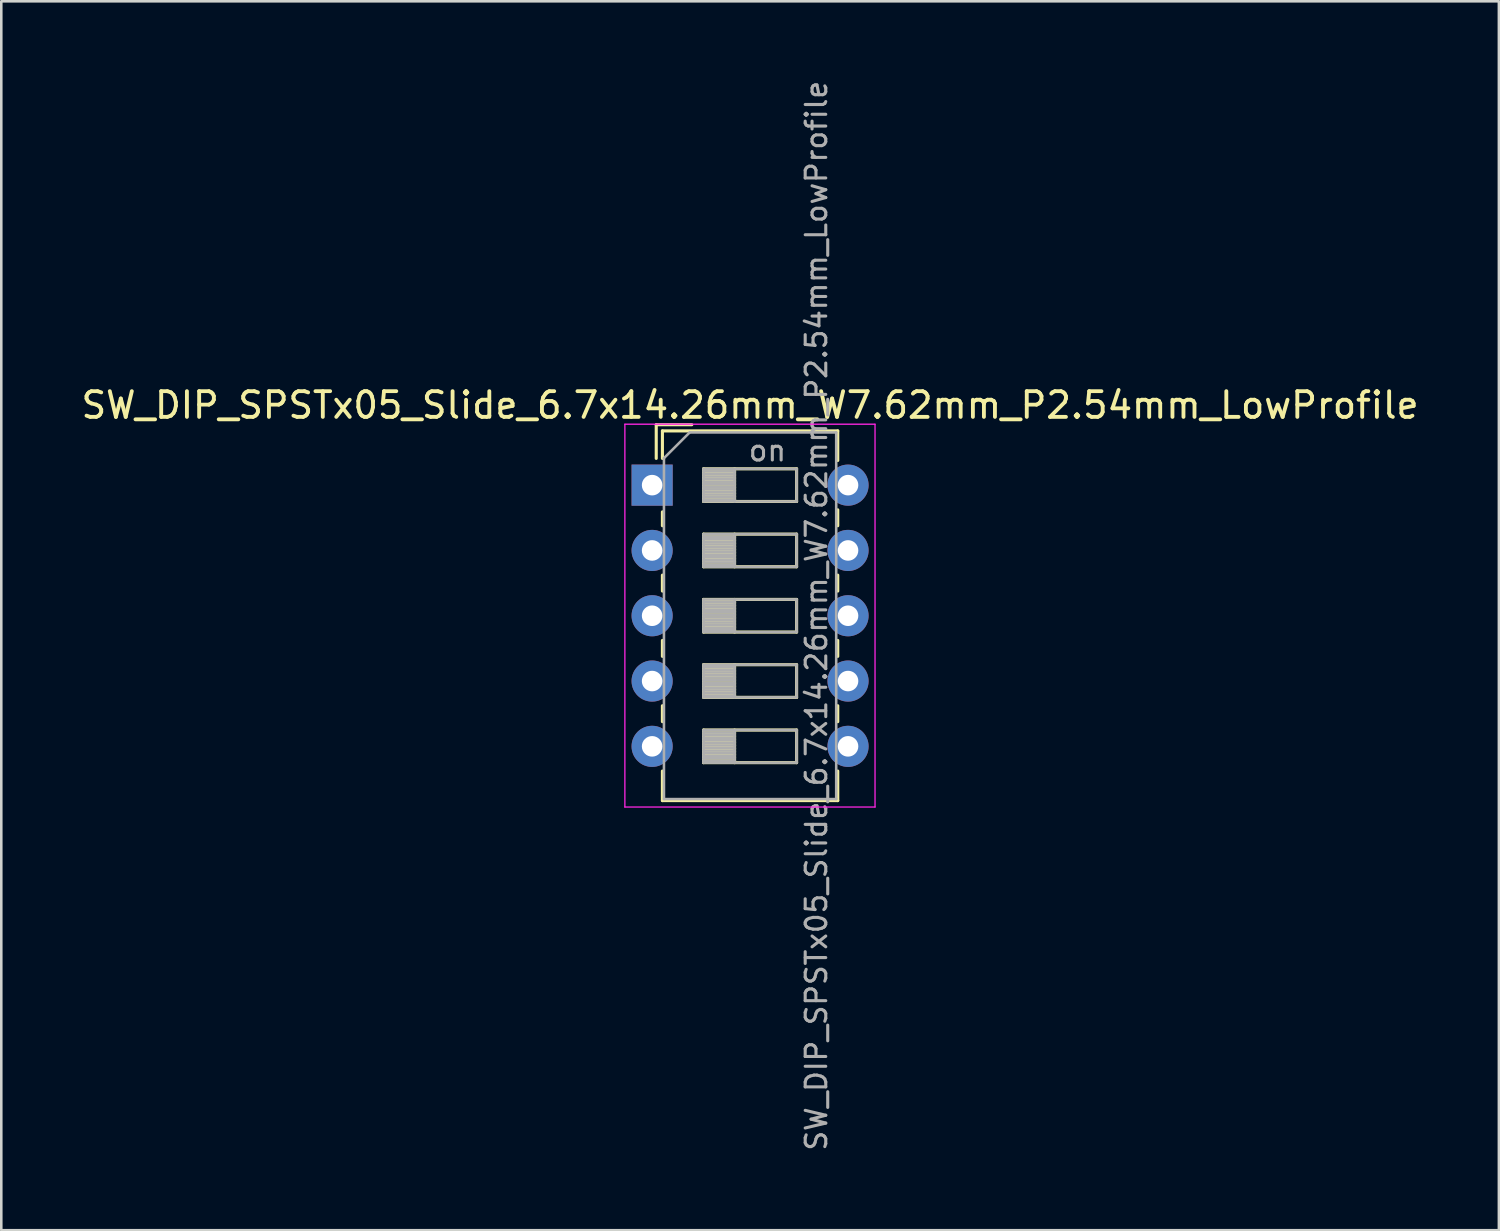
<source format=kicad_pcb>
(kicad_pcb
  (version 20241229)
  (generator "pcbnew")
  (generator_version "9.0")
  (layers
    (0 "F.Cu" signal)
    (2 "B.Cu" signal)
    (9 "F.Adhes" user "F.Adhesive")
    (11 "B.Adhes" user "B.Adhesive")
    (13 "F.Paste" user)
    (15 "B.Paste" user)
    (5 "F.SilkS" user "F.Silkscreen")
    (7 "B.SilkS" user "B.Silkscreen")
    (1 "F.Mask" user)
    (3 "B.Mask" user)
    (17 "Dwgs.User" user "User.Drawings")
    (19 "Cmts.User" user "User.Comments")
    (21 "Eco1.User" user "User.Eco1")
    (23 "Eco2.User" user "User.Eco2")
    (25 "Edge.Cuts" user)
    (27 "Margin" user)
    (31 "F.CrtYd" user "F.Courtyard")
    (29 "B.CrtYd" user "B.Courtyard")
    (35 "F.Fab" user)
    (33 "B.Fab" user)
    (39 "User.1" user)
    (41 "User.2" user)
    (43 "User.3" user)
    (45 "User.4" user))
  (footprint "SW_DIP_SPSTx05_Slide_6.7x14.26mm_W7.62mm_P2.54mm_LowProfile"
    (layer "F.Cu")
    (at 22.315 15.82)
    (property "Reference" "SW_DIP_SPSTx05_Slide_6.7x14.26mm_W7.62mm_P2.54mm_LowProfile" (at 3.81 -3.11 0) (layer "F.SilkS") (effects (font (size 1 1) (thickness 0.15))))
    (attr through_hole)
    (fp_line (start 0.16 -2.35) (end 0.16 -1.04) (stroke (width 0.12) (type solid)) (layer "F.SilkS"))
    (fp_line (start 0.16 -2.35) (end 1.543 -2.35) (stroke (width 0.12) (type solid)) (layer "F.SilkS"))
    (fp_line (start 0.4 -2.11) (end 0.4 -1.04) (stroke (width 0.12) (type solid)) (layer "F.SilkS"))
    (fp_line (start 0.4 -2.11) (end 7.22 -2.11) (stroke (width 0.12) (type solid)) (layer "F.SilkS"))
    (fp_line (start 0.4 1.04) (end 0.4 1.58) (stroke (width 0.12) (type solid)) (layer "F.SilkS"))
    (fp_line (start 0.4 3.5) (end 0.4 4.12) (stroke (width 0.12) (type solid)) (layer "F.SilkS"))
    (fp_line (start 0.4 6.04) (end 0.4 6.66) (stroke (width 0.12) (type solid)) (layer "F.SilkS"))
    (fp_line (start 0.4 8.58) (end 0.4 9.2) (stroke (width 0.12) (type solid)) (layer "F.SilkS"))
    (fp_line (start 0.4 11.12) (end 0.4 12.27) (stroke (width 0.12) (type solid)) (layer "F.SilkS"))
    (fp_line (start 0.4 12.27) (end 7.22 12.27) (stroke (width 0.12) (type solid)) (layer "F.SilkS"))
    (fp_line (start 2 -0.635) (end 2 0.635) (stroke (width 0.12) (type solid)) (layer "F.SilkS"))
    (fp_line (start 2 -0.515) (end 3.207 -0.515) (stroke (width 0.12) (type solid)) (layer "F.SilkS"))
    (fp_line (start 2 -0.395) (end 3.207 -0.395) (stroke (width 0.12) (type solid)) (layer "F.SilkS"))
    (fp_line (start 2 -0.275) (end 3.207 -0.275) (stroke (width 0.12) (type solid)) (layer "F.SilkS"))
    (fp_line (start 2 -0.155) (end 3.207 -0.155) (stroke (width 0.12) (type solid)) (layer "F.SilkS"))
    (fp_line (start 2 -0.035) (end 3.207 -0.035) (stroke (width 0.12) (type solid)) (layer "F.SilkS"))
    (fp_line (start 2 0.085) (end 3.207 0.085) (stroke (width 0.12) (type solid)) (layer "F.SilkS"))
    (fp_line (start 2 0.205) (end 3.207 0.205) (stroke (width 0.12) (type solid)) (layer "F.SilkS"))
    (fp_line (start 2 0.325) (end 3.207 0.325) (stroke (width 0.12) (type solid)) (layer "F.SilkS"))
    (fp_line (start 2 0.445) (end 3.207 0.445) (stroke (width 0.12) (type solid)) (layer "F.SilkS"))
    (fp_line (start 2 0.565) (end 3.207 0.565) (stroke (width 0.12) (type solid)) (layer "F.SilkS"))
    (fp_line (start 2 0.635) (end 5.62 0.635) (stroke (width 0.12) (type solid)) (layer "F.SilkS"))
    (fp_line (start 2 1.905) (end 2 3.175) (stroke (width 0.12) (type solid)) (layer "F.SilkS"))
    (fp_line (start 2 2.025) (end 3.207 2.025) (stroke (width 0.12) (type solid)) (layer "F.SilkS"))
    (fp_line (start 2 2.145) (end 3.207 2.145) (stroke (width 0.12) (type solid)) (layer "F.SilkS"))
    (fp_line (start 2 2.265) (end 3.207 2.265) (stroke (width 0.12) (type solid)) (layer "F.SilkS"))
    (fp_line (start 2 2.385) (end 3.207 2.385) (stroke (width 0.12) (type solid)) (layer "F.SilkS"))
    (fp_line (start 2 2.505) (end 3.207 2.505) (stroke (width 0.12) (type solid)) (layer "F.SilkS"))
    (fp_line (start 2 2.625) (end 3.207 2.625) (stroke (width 0.12) (type solid)) (layer "F.SilkS"))
    (fp_line (start 2 2.745) (end 3.207 2.745) (stroke (width 0.12) (type solid)) (layer "F.SilkS"))
    (fp_line (start 2 2.865) (end 3.207 2.865) (stroke (width 0.12) (type solid)) (layer "F.SilkS"))
    (fp_line (start 2 2.985) (end 3.207 2.985) (stroke (width 0.12) (type solid)) (layer "F.SilkS"))
    (fp_line (start 2 3.105) (end 3.207 3.105) (stroke (width 0.12) (type solid)) (layer "F.SilkS"))
    (fp_line (start 2 3.175) (end 5.62 3.175) (stroke (width 0.12) (type solid)) (layer "F.SilkS"))
    (fp_line (start 2 4.445) (end 2 5.715) (stroke (width 0.12) (type solid)) (layer "F.SilkS"))
    (fp_line (start 2 4.565) (end 3.207 4.565) (stroke (width 0.12) (type solid)) (layer "F.SilkS"))
    (fp_line (start 2 4.685) (end 3.207 4.685) (stroke (width 0.12) (type solid)) (layer "F.SilkS"))
    (fp_line (start 2 4.805) (end 3.207 4.805) (stroke (width 0.12) (type solid)) (layer "F.SilkS"))
    (fp_line (start 2 4.925) (end 3.207 4.925) (stroke (width 0.12) (type solid)) (layer "F.SilkS"))
    (fp_line (start 2 5.045) (end 3.207 5.045) (stroke (width 0.12) (type solid)) (layer "F.SilkS"))
    (fp_line (start 2 5.165) (end 3.207 5.165) (stroke (width 0.12) (type solid)) (layer "F.SilkS"))
    (fp_line (start 2 5.285) (end 3.207 5.285) (stroke (width 0.12) (type solid)) (layer "F.SilkS"))
    (fp_line (start 2 5.405) (end 3.207 5.405) (stroke (width 0.12) (type solid)) (layer "F.SilkS"))
    (fp_line (start 2 5.525) (end 3.207 5.525) (stroke (width 0.12) (type solid)) (layer "F.SilkS"))
    (fp_line (start 2 5.645) (end 3.207 5.645) (stroke (width 0.12) (type solid)) (layer "F.SilkS"))
    (fp_line (start 2 5.715) (end 5.62 5.715) (stroke (width 0.12) (type solid)) (layer "F.SilkS"))
    (fp_line (start 2 6.985) (end 2 8.255) (stroke (width 0.12) (type solid)) (layer "F.SilkS"))
    (fp_line (start 2 7.105) (end 3.207 7.105) (stroke (width 0.12) (type solid)) (layer "F.SilkS"))
    (fp_line (start 2 7.225) (end 3.207 7.225) (stroke (width 0.12) (type solid)) (layer "F.SilkS"))
    (fp_line (start 2 7.345) (end 3.207 7.345) (stroke (width 0.12) (type solid)) (layer "F.SilkS"))
    (fp_line (start 2 7.465) (end 3.207 7.465) (stroke (width 0.12) (type solid)) (layer "F.SilkS"))
    (fp_line (start 2 7.585) (end 3.207 7.585) (stroke (width 0.12) (type solid)) (layer "F.SilkS"))
    (fp_line (start 2 7.705) (end 3.207 7.705) (stroke (width 0.12) (type solid)) (layer "F.SilkS"))
    (fp_line (start 2 7.825) (end 3.207 7.825) (stroke (width 0.12) (type solid)) (layer "F.SilkS"))
    (fp_line (start 2 7.945) (end 3.207 7.945) (stroke (width 0.12) (type solid)) (layer "F.SilkS"))
    (fp_line (start 2 8.065) (end 3.207 8.065) (stroke (width 0.12) (type solid)) (layer "F.SilkS"))
    (fp_line (start 2 8.185) (end 3.207 8.185) (stroke (width 0.12) (type solid)) (layer "F.SilkS"))
    (fp_line (start 2 8.255) (end 5.62 8.255) (stroke (width 0.12) (type solid)) (layer "F.SilkS"))
    (fp_line (start 2 9.525) (end 2 10.795) (stroke (width 0.12) (type solid)) (layer "F.SilkS"))
    (fp_line (start 2 9.645) (end 3.207 9.645) (stroke (width 0.12) (type solid)) (layer "F.SilkS"))
    (fp_line (start 2 9.765) (end 3.207 9.765) (stroke (width 0.12) (type solid)) (layer "F.SilkS"))
    (fp_line (start 2 9.885) (end 3.207 9.885) (stroke (width 0.12) (type solid)) (layer "F.SilkS"))
    (fp_line (start 2 10.005) (end 3.207 10.005) (stroke (width 0.12) (type solid)) (layer "F.SilkS"))
    (fp_line (start 2 10.125) (end 3.207 10.125) (stroke (width 0.12) (type solid)) (layer "F.SilkS"))
    (fp_line (start 2 10.245) (end 3.207 10.245) (stroke (width 0.12) (type solid)) (layer "F.SilkS"))
    (fp_line (start 2 10.365) (end 3.207 10.365) (stroke (width 0.12) (type solid)) (layer "F.SilkS"))
    (fp_line (start 2 10.485) (end 3.207 10.485) (stroke (width 0.12) (type solid)) (layer "F.SilkS"))
    (fp_line (start 2 10.605) (end 3.207 10.605) (stroke (width 0.12) (type solid)) (layer "F.SilkS"))
    (fp_line (start 2 10.725) (end 3.207 10.725) (stroke (width 0.12) (type solid)) (layer "F.SilkS"))
    (fp_line (start 2 10.795) (end 5.62 10.795) (stroke (width 0.12) (type solid)) (layer "F.SilkS"))
    (fp_line (start 3.207 -0.635) (end 3.207 0.635) (stroke (width 0.12) (type solid)) (layer "F.SilkS"))
    (fp_line (start 3.207 1.905) (end 3.207 3.175) (stroke (width 0.12) (type solid)) (layer "F.SilkS"))
    (fp_line (start 3.207 4.445) (end 3.207 5.715) (stroke (width 0.12) (type solid)) (layer "F.SilkS"))
    (fp_line (start 3.207 6.985) (end 3.207 8.255) (stroke (width 0.12) (type solid)) (layer "F.SilkS"))
    (fp_line (start 3.207 9.525) (end 3.207 10.795) (stroke (width 0.12) (type solid)) (layer "F.SilkS"))
    (fp_line (start 5.62 -0.635) (end 2 -0.635) (stroke (width 0.12) (type solid)) (layer "F.SilkS"))
    (fp_line (start 5.62 0.635) (end 5.62 -0.635) (stroke (width 0.12) (type solid)) (layer "F.SilkS"))
    (fp_line (start 5.62 1.905) (end 2 1.905) (stroke (width 0.12) (type solid)) (layer "F.SilkS"))
    (fp_line (start 5.62 3.175) (end 5.62 1.905) (stroke (width 0.12) (type solid)) (layer "F.SilkS"))
    (fp_line (start 5.62 4.445) (end 2 4.445) (stroke (width 0.12) (type solid)) (layer "F.SilkS"))
    (fp_line (start 5.62 5.715) (end 5.62 4.445) (stroke (width 0.12) (type solid)) (layer "F.SilkS"))
    (fp_line (start 5.62 6.985) (end 2 6.985) (stroke (width 0.12) (type solid)) (layer "F.SilkS"))
    (fp_line (start 5.62 8.255) (end 5.62 6.985) (stroke (width 0.12) (type solid)) (layer "F.SilkS"))
    (fp_line (start 5.62 9.525) (end 2 9.525) (stroke (width 0.12) (type solid)) (layer "F.SilkS"))
    (fp_line (start 5.62 10.795) (end 5.62 9.525) (stroke (width 0.12) (type solid)) (layer "F.SilkS"))
    (fp_line (start 7.22 -2.11) (end 7.22 -0.96) (stroke (width 0.12) (type solid)) (layer "F.SilkS"))
    (fp_line (start 7.22 0.96) (end 7.22 1.58) (stroke (width 0.12) (type solid)) (layer "F.SilkS"))
    (fp_line (start 7.22 3.5) (end 7.22 4.12) (stroke (width 0.12) (type solid)) (layer "F.SilkS"))
    (fp_line (start 7.22 6.04) (end 7.22 6.66) (stroke (width 0.12) (type solid)) (layer "F.SilkS"))
    (fp_line (start 7.22 8.58) (end 7.22 9.2) (stroke (width 0.12) (type solid)) (layer "F.SilkS"))
    (fp_line (start 7.22 11.12) (end 7.22 12.27) (stroke (width 0.12) (type solid)) (layer "F.SilkS"))
    (fp_line (start -1.06 -2.37) (end -1.06 12.52) (stroke (width 0.05) (type solid)) (layer "F.CrtYd"))
    (fp_line (start -1.06 12.52) (end 8.67 12.52) (stroke (width 0.05) (type solid)) (layer "F.CrtYd"))
    (fp_line (start 8.67 -2.37) (end -1.06 -2.37) (stroke (width 0.05) (type solid)) (layer "F.CrtYd"))
    (fp_line (start 8.67 12.52) (end 8.67 -2.37) (stroke (width 0.05) (type solid)) (layer "F.CrtYd"))
    (fp_line (start 0.46 -1.05) (end 1.46 -2.05) (stroke (width 0.1) (type solid)) (layer "F.Fab"))
    (fp_line (start 0.46 12.21) (end 0.46 -1.05) (stroke (width 0.1) (type solid)) (layer "F.Fab"))
    (fp_line (start 1.46 -2.05) (end 7.16 -2.05) (stroke (width 0.1) (type solid)) (layer "F.Fab"))
    (fp_line (start 2 -0.635) (end 2 0.635) (stroke (width 0.1) (type solid)) (layer "F.Fab"))
    (fp_line (start 2 -0.535) (end 3.207 -0.535) (stroke (width 0.1) (type solid)) (layer "F.Fab"))
    (fp_line (start 2 -0.435) (end 3.207 -0.435) (stroke (width 0.1) (type solid)) (layer "F.Fab"))
    (fp_line (start 2 -0.335) (end 3.207 -0.335) (stroke (width 0.1) (type solid)) (layer "F.Fab"))
    (fp_line (start 2 -0.235) (end 3.207 -0.235) (stroke (width 0.1) (type solid)) (layer "F.Fab"))
    (fp_line (start 2 -0.135) (end 3.207 -0.135) (stroke (width 0.1) (type solid)) (layer "F.Fab"))
    (fp_line (start 2 -0.035) (end 3.207 -0.035) (stroke (width 0.1) (type solid)) (layer "F.Fab"))
    (fp_line (start 2 0.065) (end 3.207 0.065) (stroke (width 0.1) (type solid)) (layer "F.Fab"))
    (fp_line (start 2 0.165) (end 3.207 0.165) (stroke (width 0.1) (type solid)) (layer "F.Fab"))
    (fp_line (start 2 0.265) (end 3.207 0.265) (stroke (width 0.1) (type solid)) (layer "F.Fab"))
    (fp_line (start 2 0.365) (end 3.207 0.365) (stroke (width 0.1) (type solid)) (layer "F.Fab"))
    (fp_line (start 2 0.465) (end 3.207 0.465) (stroke (width 0.1) (type solid)) (layer "F.Fab"))
    (fp_line (start 2 0.565) (end 3.207 0.565) (stroke (width 0.1) (type solid)) (layer "F.Fab"))
    (fp_line (start 2 0.635) (end 5.62 0.635) (stroke (width 0.1) (type solid)) (layer "F.Fab"))
    (fp_line (start 2 1.905) (end 2 3.175) (stroke (width 0.1) (type solid)) (layer "F.Fab"))
    (fp_line (start 2 2.005) (end 3.207 2.005) (stroke (width 0.1) (type solid)) (layer "F.Fab"))
    (fp_line (start 2 2.105) (end 3.207 2.105) (stroke (width 0.1) (type solid)) (layer "F.Fab"))
    (fp_line (start 2 2.205) (end 3.207 2.205) (stroke (width 0.1) (type solid)) (layer "F.Fab"))
    (fp_line (start 2 2.305) (end 3.207 2.305) (stroke (width 0.1) (type solid)) (layer "F.Fab"))
    (fp_line (start 2 2.405) (end 3.207 2.405) (stroke (width 0.1) (type solid)) (layer "F.Fab"))
    (fp_line (start 2 2.505) (end 3.207 2.505) (stroke (width 0.1) (type solid)) (layer "F.Fab"))
    (fp_line (start 2 2.605) (end 3.207 2.605) (stroke (width 0.1) (type solid)) (layer "F.Fab"))
    (fp_line (start 2 2.705) (end 3.207 2.705) (stroke (width 0.1) (type solid)) (layer "F.Fab"))
    (fp_line (start 2 2.805) (end 3.207 2.805) (stroke (width 0.1) (type solid)) (layer "F.Fab"))
    (fp_line (start 2 2.905) (end 3.207 2.905) (stroke (width 0.1) (type solid)) (layer "F.Fab"))
    (fp_line (start 2 3.005) (end 3.207 3.005) (stroke (width 0.1) (type solid)) (layer "F.Fab"))
    (fp_line (start 2 3.105) (end 3.207 3.105) (stroke (width 0.1) (type solid)) (layer "F.Fab"))
    (fp_line (start 2 3.175) (end 5.62 3.175) (stroke (width 0.1) (type solid)) (layer "F.Fab"))
    (fp_line (start 2 4.445) (end 2 5.715) (stroke (width 0.1) (type solid)) (layer "F.Fab"))
    (fp_line (start 2 4.545) (end 3.207 4.545) (stroke (width 0.1) (type solid)) (layer "F.Fab"))
    (fp_line (start 2 4.645) (end 3.207 4.645) (stroke (width 0.1) (type solid)) (layer "F.Fab"))
    (fp_line (start 2 4.745) (end 3.207 4.745) (stroke (width 0.1) (type solid)) (layer "F.Fab"))
    (fp_line (start 2 4.845) (end 3.207 4.845) (stroke (width 0.1) (type solid)) (layer "F.Fab"))
    (fp_line (start 2 4.945) (end 3.207 4.945) (stroke (width 0.1) (type solid)) (layer "F.Fab"))
    (fp_line (start 2 5.045) (end 3.207 5.045) (stroke (width 0.1) (type solid)) (layer "F.Fab"))
    (fp_line (start 2 5.145) (end 3.207 5.145) (stroke (width 0.1) (type solid)) (layer "F.Fab"))
    (fp_line (start 2 5.245) (end 3.207 5.245) (stroke (width 0.1) (type solid)) (layer "F.Fab"))
    (fp_line (start 2 5.345) (end 3.207 5.345) (stroke (width 0.1) (type solid)) (layer "F.Fab"))
    (fp_line (start 2 5.445) (end 3.207 5.445) (stroke (width 0.1) (type solid)) (layer "F.Fab"))
    (fp_line (start 2 5.545) (end 3.207 5.545) (stroke (width 0.1) (type solid)) (layer "F.Fab"))
    (fp_line (start 2 5.645) (end 3.207 5.645) (stroke (width 0.1) (type solid)) (layer "F.Fab"))
    (fp_line (start 2 5.715) (end 5.62 5.715) (stroke (width 0.1) (type solid)) (layer "F.Fab"))
    (fp_line (start 2 6.985) (end 2 8.255) (stroke (width 0.1) (type solid)) (layer "F.Fab"))
    (fp_line (start 2 7.085) (end 3.207 7.085) (stroke (width 0.1) (type solid)) (layer "F.Fab"))
    (fp_line (start 2 7.185) (end 3.207 7.185) (stroke (width 0.1) (type solid)) (layer "F.Fab"))
    (fp_line (start 2 7.285) (end 3.207 7.285) (stroke (width 0.1) (type solid)) (layer "F.Fab"))
    (fp_line (start 2 7.385) (end 3.207 7.385) (stroke (width 0.1) (type solid)) (layer "F.Fab"))
    (fp_line (start 2 7.485) (end 3.207 7.485) (stroke (width 0.1) (type solid)) (layer "F.Fab"))
    (fp_line (start 2 7.585) (end 3.207 7.585) (stroke (width 0.1) (type solid)) (layer "F.Fab"))
    (fp_line (start 2 7.685) (end 3.207 7.685) (stroke (width 0.1) (type solid)) (layer "F.Fab"))
    (fp_line (start 2 7.785) (end 3.207 7.785) (stroke (width 0.1) (type solid)) (layer "F.Fab"))
    (fp_line (start 2 7.885) (end 3.207 7.885) (stroke (width 0.1) (type solid)) (layer "F.Fab"))
    (fp_line (start 2 7.985) (end 3.207 7.985) (stroke (width 0.1) (type solid)) (layer "F.Fab"))
    (fp_line (start 2 8.085) (end 3.207 8.085) (stroke (width 0.1) (type solid)) (layer "F.Fab"))
    (fp_line (start 2 8.185) (end 3.207 8.185) (stroke (width 0.1) (type solid)) (layer "F.Fab"))
    (fp_line (start 2 8.255) (end 5.62 8.255) (stroke (width 0.1) (type solid)) (layer "F.Fab"))
    (fp_line (start 2 9.525) (end 2 10.795) (stroke (width 0.1) (type solid)) (layer "F.Fab"))
    (fp_line (start 2 9.625) (end 3.207 9.625) (stroke (width 0.1) (type solid)) (layer "F.Fab"))
    (fp_line (start 2 9.725) (end 3.207 9.725) (stroke (width 0.1) (type solid)) (layer "F.Fab"))
    (fp_line (start 2 9.825) (end 3.207 9.825) (stroke (width 0.1) (type solid)) (layer "F.Fab"))
    (fp_line (start 2 9.925) (end 3.207 9.925) (stroke (width 0.1) (type solid)) (layer "F.Fab"))
    (fp_line (start 2 10.025) (end 3.207 10.025) (stroke (width 0.1) (type solid)) (layer "F.Fab"))
    (fp_line (start 2 10.125) (end 3.207 10.125) (stroke (width 0.1) (type solid)) (layer "F.Fab"))
    (fp_line (start 2 10.225) (end 3.207 10.225) (stroke (width 0.1) (type solid)) (layer "F.Fab"))
    (fp_line (start 2 10.325) (end 3.207 10.325) (stroke (width 0.1) (type solid)) (layer "F.Fab"))
    (fp_line (start 2 10.425) (end 3.207 10.425) (stroke (width 0.1) (type solid)) (layer "F.Fab"))
    (fp_line (start 2 10.525) (end 3.207 10.525) (stroke (width 0.1) (type solid)) (layer "F.Fab"))
    (fp_line (start 2 10.625) (end 3.207 10.625) (stroke (width 0.1) (type solid)) (layer "F.Fab"))
    (fp_line (start 2 10.725) (end 3.207 10.725) (stroke (width 0.1) (type solid)) (layer "F.Fab"))
    (fp_line (start 2 10.795) (end 5.62 10.795) (stroke (width 0.1) (type solid)) (layer "F.Fab"))
    (fp_line (start 3.207 -0.635) (end 3.207 0.635) (stroke (width 0.1) (type solid)) (layer "F.Fab"))
    (fp_line (start 3.207 1.905) (end 3.207 3.175) (stroke (width 0.1) (type solid)) (layer "F.Fab"))
    (fp_line (start 3.207 4.445) (end 3.207 5.715) (stroke (width 0.1) (type solid)) (layer "F.Fab"))
    (fp_line (start 3.207 6.985) (end 3.207 8.255) (stroke (width 0.1) (type solid)) (layer "F.Fab"))
    (fp_line (start 3.207 9.525) (end 3.207 10.795) (stroke (width 0.1) (type solid)) (layer "F.Fab"))
    (fp_line (start 5.62 -0.635) (end 2 -0.635) (stroke (width 0.1) (type solid)) (layer "F.Fab"))
    (fp_line (start 5.62 0.635) (end 5.62 -0.635) (stroke (width 0.1) (type solid)) (layer "F.Fab"))
    (fp_line (start 5.62 1.905) (end 2 1.905) (stroke (width 0.1) (type solid)) (layer "F.Fab"))
    (fp_line (start 5.62 3.175) (end 5.62 1.905) (stroke (width 0.1) (type solid)) (layer "F.Fab"))
    (fp_line (start 5.62 4.445) (end 2 4.445) (stroke (width 0.1) (type solid)) (layer "F.Fab"))
    (fp_line (start 5.62 5.715) (end 5.62 4.445) (stroke (width 0.1) (type solid)) (layer "F.Fab"))
    (fp_line (start 5.62 6.985) (end 2 6.985) (stroke (width 0.1) (type solid)) (layer "F.Fab"))
    (fp_line (start 5.62 8.255) (end 5.62 6.985) (stroke (width 0.1) (type solid)) (layer "F.Fab"))
    (fp_line (start 5.62 9.525) (end 2 9.525) (stroke (width 0.1) (type solid)) (layer "F.Fab"))
    (fp_line (start 5.62 10.795) (end 5.62 9.525) (stroke (width 0.1) (type solid)) (layer "F.Fab"))
    (fp_line (start 7.16 -2.05) (end 7.16 12.21) (stroke (width 0.1) (type solid)) (layer "F.Fab"))
    (fp_line (start 7.16 12.21) (end 0.46 12.21) (stroke (width 0.1) (type solid)) (layer "F.Fab"))
    (fp_text user "on" (at 4.485 -1.343 0) (layer "F.Fab") (effects (font (size 0.8 0.8) (thickness 0.12))))
    (fp_text user "${REFERENCE}" (at 6.39 5.08 90) (layer "F.Fab") (effects (font (size 0.8 0.8) (thickness 0.12))))
    (pad "1" thru_hole rect (at 0 0) (size 1.6 1.6) (drill 0.8) (layers "*.Cu" "*.Mask"))
    (pad "2" thru_hole circle (at 0 2.54) (size 1.6 1.6) (drill 0.8) (layers "*.Cu" "*.Mask"))
    (pad "3" thru_hole circle (at 0 5.08) (size 1.6 1.6) (drill 0.8) (layers "*.Cu" "*.Mask"))
    (pad "4" thru_hole circle (at 0 7.62) (size 1.6 1.6) (drill 0.8) (layers "*.Cu" "*.Mask"))
    (pad "5" thru_hole circle (at 0 10.16) (size 1.6 1.6) (drill 0.8) (layers "*.Cu" "*.Mask"))
    (pad "6" thru_hole circle (at 7.62 10.16) (size 1.6 1.6) (drill 0.8) (layers "*.Cu" "*.Mask"))
    (pad "7" thru_hole circle (at 7.62 7.62) (size 1.6 1.6) (drill 0.8) (layers "*.Cu" "*.Mask"))
    (pad "8" thru_hole circle (at 7.62 5.08) (size 1.6 1.6) (drill 0.8) (layers "*.Cu" "*.Mask"))
    (pad "9" thru_hole circle (at 7.62 2.54) (size 1.6 1.6) (drill 0.8) (layers "*.Cu" "*.Mask"))
    (pad "10" thru_hole circle (at 7.62 0) (size 1.6 1.6) (drill 0.8) (layers "*.Cu" "*.Mask")))
  (gr_rect
    (start -3 -3)
    (end 55.25 44.8)
    (stroke (width 0.1) (type default))
    (fill no)
    (layer "Edge.Cuts")))
</source>
